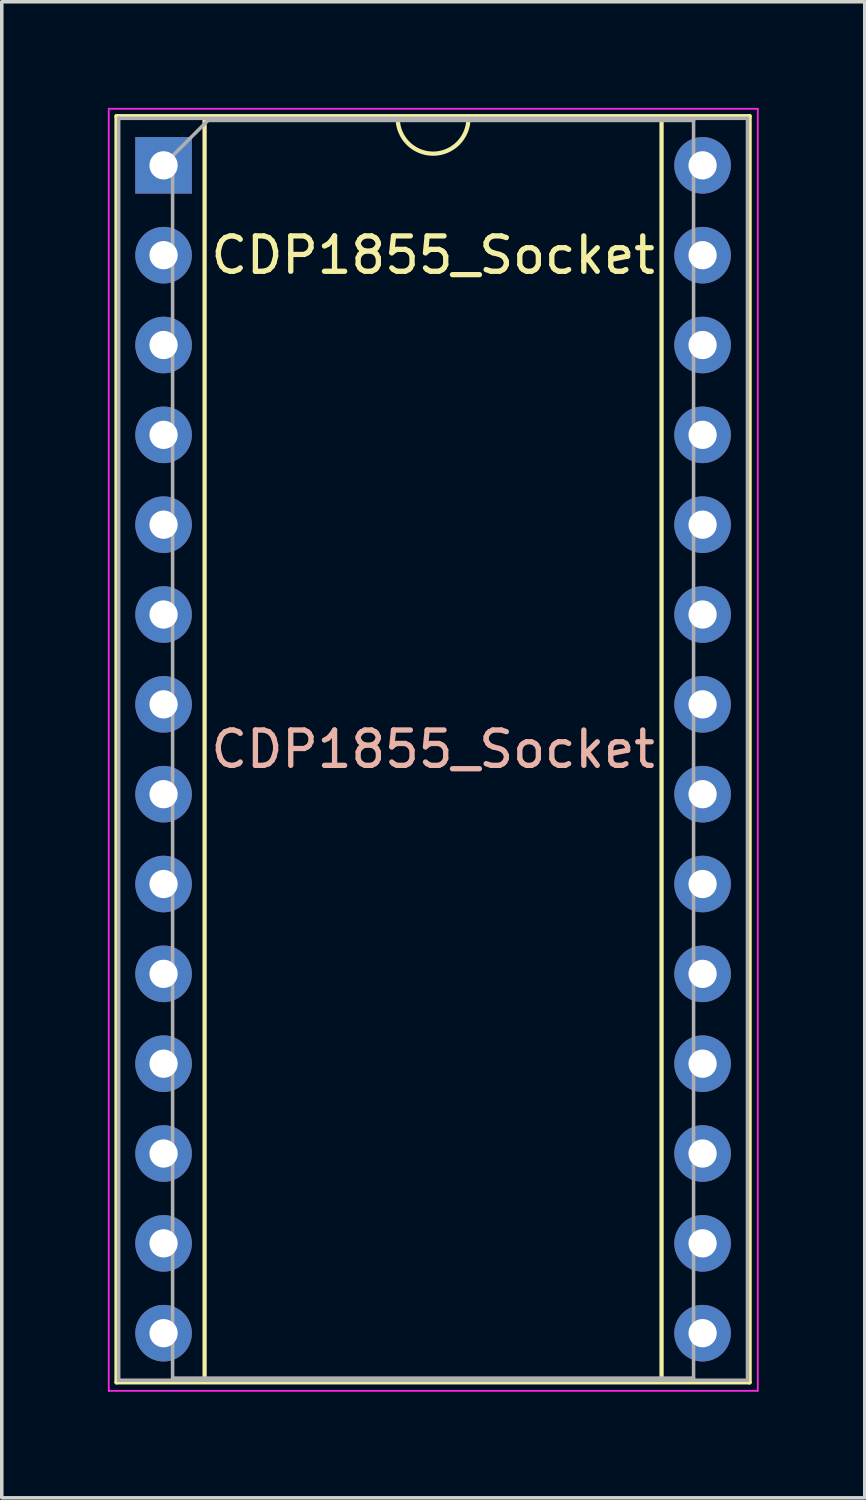
<source format=kicad_pcb>
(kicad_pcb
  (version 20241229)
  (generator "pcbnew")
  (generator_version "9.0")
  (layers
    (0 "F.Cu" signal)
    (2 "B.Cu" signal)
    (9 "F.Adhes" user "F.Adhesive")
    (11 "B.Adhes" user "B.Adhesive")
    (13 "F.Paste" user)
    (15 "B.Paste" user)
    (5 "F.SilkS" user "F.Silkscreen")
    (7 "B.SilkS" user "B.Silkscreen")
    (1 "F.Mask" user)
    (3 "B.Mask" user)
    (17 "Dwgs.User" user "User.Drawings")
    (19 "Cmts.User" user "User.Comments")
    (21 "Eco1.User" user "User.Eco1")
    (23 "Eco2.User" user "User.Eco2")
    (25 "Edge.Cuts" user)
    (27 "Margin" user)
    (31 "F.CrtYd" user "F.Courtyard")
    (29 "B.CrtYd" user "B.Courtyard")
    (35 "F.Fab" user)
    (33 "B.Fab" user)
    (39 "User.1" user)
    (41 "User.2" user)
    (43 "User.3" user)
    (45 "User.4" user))
  (footprint "CDP1855_Socket"
    (layer "F.Cu")
    (at 1.575 1.625)
    (property "Reference" "CDP1855_Socket" (at 7.62 2.54 0) (layer "F.SilkS") (effects (font (size 1 1) (thickness 0.15))))
    (attr through_hole)
    (fp_line (start -1.33 -1.39) (end -1.33 34.41) (stroke (width 0.12) (type solid)) (layer "F.SilkS"))
    (fp_line (start -1.33 34.41) (end 16.57 34.41) (stroke (width 0.12) (type solid)) (layer "F.SilkS"))
    (fp_line (start 1.16 -1.33) (end 1.16 34.35) (stroke (width 0.12) (type solid)) (layer "F.SilkS"))
    (fp_line (start 1.16 34.35) (end 14.08 34.35) (stroke (width 0.12) (type solid)) (layer "F.SilkS"))
    (fp_line (start 6.62 -1.33) (end 1.16 -1.33) (stroke (width 0.12) (type solid)) (layer "F.SilkS"))
    (fp_line (start 14.08 -1.33) (end 8.62 -1.33) (stroke (width 0.12) (type solid)) (layer "F.SilkS"))
    (fp_line (start 14.08 34.35) (end 14.08 -1.33) (stroke (width 0.12) (type solid)) (layer "F.SilkS"))
    (fp_line (start 16.57 -1.39) (end -1.33 -1.39) (stroke (width 0.12) (type solid)) (layer "F.SilkS"))
    (fp_line (start 16.57 34.41) (end 16.57 -1.39) (stroke (width 0.12) (type solid)) (layer "F.SilkS"))
    (fp_arc (start 8.62 -1.33) (mid 7.62 -0.33) (end 6.62 -1.33) (stroke (width 0.12) (type solid)) (layer "F.SilkS"))
    (fp_line (start -1.55 -1.6) (end -1.55 34.65) (stroke (width 0.05) (type solid)) (layer "F.CrtYd"))
    (fp_line (start -1.55 34.65) (end 16.8 34.65) (stroke (width 0.05) (type solid)) (layer "F.CrtYd"))
    (fp_line (start 16.8 -1.6) (end -1.55 -1.6) (stroke (width 0.05) (type solid)) (layer "F.CrtYd"))
    (fp_line (start 16.8 34.65) (end 16.8 -1.6) (stroke (width 0.05) (type solid)) (layer "F.CrtYd"))
    (fp_line (start -1.27 -1.33) (end -1.27 34.35) (stroke (width 0.1) (type solid)) (layer "F.Fab"))
    (fp_line (start -1.27 34.35) (end 16.51 34.35) (stroke (width 0.1) (type solid)) (layer "F.Fab"))
    (fp_line (start 0.255 -0.27) (end 1.255 -1.27) (stroke (width 0.1) (type solid)) (layer "F.Fab"))
    (fp_line (start 0.255 34.29) (end 0.255 -0.27) (stroke (width 0.1) (type solid)) (layer "F.Fab"))
    (fp_line (start 1.255 -1.27) (end 14.985 -1.27) (stroke (width 0.1) (type solid)) (layer "F.Fab"))
    (fp_line (start 14.985 -1.27) (end 14.985 34.29) (stroke (width 0.1) (type solid)) (layer "F.Fab"))
    (fp_line (start 14.985 34.29) (end 0.255 34.29) (stroke (width 0.1) (type solid)) (layer "F.Fab"))
    (fp_line (start 16.51 -1.33) (end -1.27 -1.33) (stroke (width 0.1) (type solid)) (layer "F.Fab"))
    (fp_line (start 16.51 34.35) (end 16.51 -1.33) (stroke (width 0.1) (type solid)) (layer "F.Fab"))
    (fp_text user "${REFERENCE}" (at 7.62 16.51 0) (layer "B.SilkS") (effects (font (size 1 1) (thickness 0.15))))
    (pad "1" thru_hole rect (at 0 0) (size 1.6 1.6) (drill 0.8) (layers "*.Cu" "*.Mask"))
    (pad "2" thru_hole oval (at 0 2.54) (size 1.6 1.6) (drill 0.8) (layers "*.Cu" "*.Mask"))
    (pad "3" thru_hole oval (at 0 5.08) (size 1.6 1.6) (drill 0.8) (layers "*.Cu" "*.Mask"))
    (pad "4" thru_hole oval (at 0 7.62) (size 1.6 1.6) (drill 0.8) (layers "*.Cu" "*.Mask"))
    (pad "5" thru_hole oval (at 0 10.16) (size 1.6 1.6) (drill 0.8) (layers "*.Cu" "*.Mask"))
    (pad "6" thru_hole oval (at 0 12.7) (size 1.6 1.6) (drill 0.8) (layers "*.Cu" "*.Mask"))
    (pad "7" thru_hole oval (at 0 15.24) (size 1.6 1.6) (drill 0.8) (layers "*.Cu" "*.Mask"))
    (pad "8" thru_hole oval (at 0 17.78) (size 1.6 1.6) (drill 0.8) (layers "*.Cu" "*.Mask"))
    (pad "9" thru_hole oval (at 0 20.32) (size 1.6 1.6) (drill 0.8) (layers "*.Cu" "*.Mask"))
    (pad "10" thru_hole oval (at 0 22.86) (size 1.6 1.6) (drill 0.8) (layers "*.Cu" "*.Mask"))
    (pad "11" thru_hole oval (at 0 25.4) (size 1.6 1.6) (drill 0.8) (layers "*.Cu" "*.Mask"))
    (pad "12" thru_hole oval (at 0 27.94) (size 1.6 1.6) (drill 0.8) (layers "*.Cu" "*.Mask"))
    (pad "13" thru_hole oval (at 0 30.48) (size 1.6 1.6) (drill 0.8) (layers "*.Cu" "*.Mask"))
    (pad "14" thru_hole oval (at 0 33.02) (size 1.6 1.6) (drill 0.8) (layers "*.Cu" "*.Mask"))
    (pad "15" thru_hole oval (at 15.24 33.02) (size 1.6 1.6) (drill 0.8) (layers "*.Cu" "*.Mask"))
    (pad "16" thru_hole oval (at 15.24 30.48) (size 1.6 1.6) (drill 0.8) (layers "*.Cu" "*.Mask"))
    (pad "17" thru_hole oval (at 15.24 27.94) (size 1.6 1.6) (drill 0.8) (layers "*.Cu" "*.Mask"))
    (pad "18" thru_hole oval (at 15.24 25.4) (size 1.6 1.6) (drill 0.8) (layers "*.Cu" "*.Mask"))
    (pad "19" thru_hole oval (at 15.24 22.86) (size 1.6 1.6) (drill 0.8) (layers "*.Cu" "*.Mask"))
    (pad "20" thru_hole oval (at 15.24 20.32) (size 1.6 1.6) (drill 0.8) (layers "*.Cu" "*.Mask"))
    (pad "21" thru_hole oval (at 15.24 17.78) (size 1.6 1.6) (drill 0.8) (layers "*.Cu" "*.Mask"))
    (pad "22" thru_hole oval (at 15.24 15.24) (size 1.6 1.6) (drill 0.8) (layers "*.Cu" "*.Mask"))
    (pad "23" thru_hole oval (at 15.24 12.7) (size 1.6 1.6) (drill 0.8) (layers "*.Cu" "*.Mask"))
    (pad "24" thru_hole oval (at 15.24 10.16) (size 1.6 1.6) (drill 0.8) (layers "*.Cu" "*.Mask"))
    (pad "25" thru_hole oval (at 15.24 7.62) (size 1.6 1.6) (drill 0.8) (layers "*.Cu" "*.Mask"))
    (pad "26" thru_hole oval (at 15.24 5.08) (size 1.6 1.6) (drill 0.8) (layers "*.Cu" "*.Mask"))
    (pad "27" thru_hole oval (at 15.24 2.54) (size 1.6 1.6) (drill 0.8) (layers "*.Cu" "*.Mask"))
    (pad "28" thru_hole oval (at 15.24 0) (size 1.6 1.6) (drill 0.8) (layers "*.Cu" "*.Mask")))
  (gr_rect
    (start -3 -3)
    (end 21.4 39.3)
    (stroke (width 0.1) (type default))
    (fill no)
    (layer "Edge.Cuts")))
</source>
